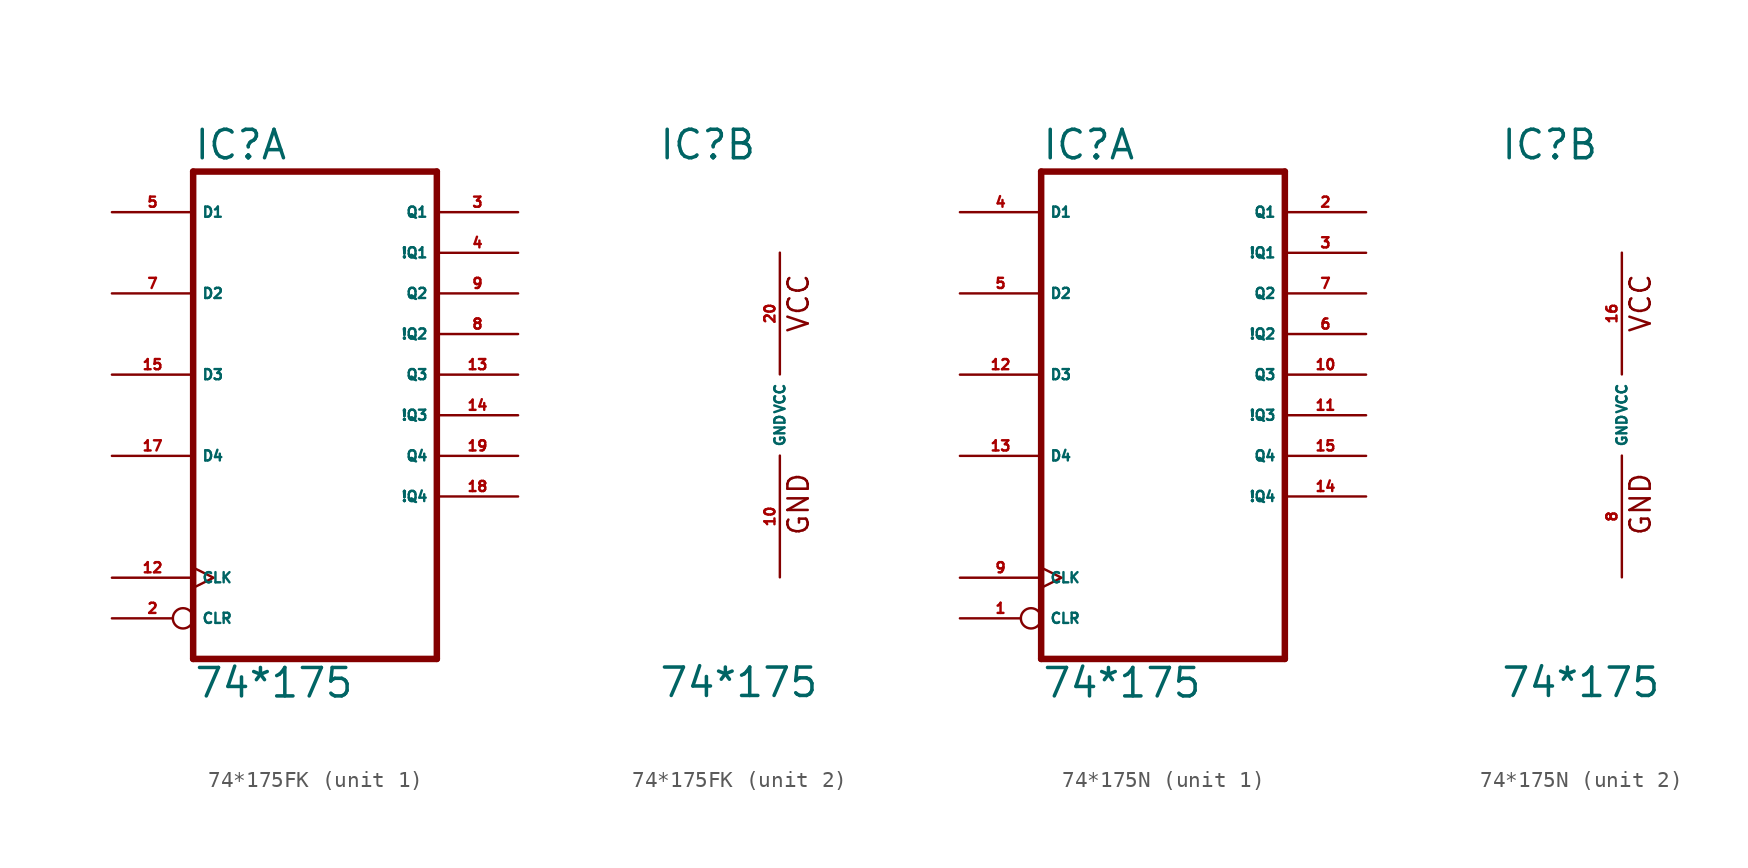
<source format=kicad_sym>
(kicad_symbol_lib
  (version 20220914)
  (generator Eagle2Kicad)
  (symbol "74*175FK"
    (property "Reference" "IC"
      (at -7.62 15.875 0)
      (effects (font (size 1.778 1.778) (thickness 0.22)) (justify left bottom)))
    (property "Value" "74*175"
      (at -7.62 -17.78 0)
      (effects (font (size 1.778 1.778) (thickness 0.22)) (justify left bottom)))
    (symbol "74*175FK_1_0"
      (polyline (pts (xy -7.62 -15.24) (xy 7.62 -15.24)) (stroke (width 0.406) (type default)) (fill (type none)))
      (polyline (pts (xy 7.62 -15.24) (xy 7.62 15.24)) (stroke (width 0.406) (type default)) (fill (type none)))
      (polyline (pts (xy 7.62 15.24) (xy -7.62 15.24)) (stroke (width 0.406) (type default)) (fill (type none)))
      (polyline (pts (xy -7.62 15.24) (xy -7.62 -15.24)) (stroke (width 0.406) (type default)) (fill (type none)))
      (pin input inverted (at -12.7 -12.7 0) (length 5.08) (name "CLR" (effects (font (size 0.635 0.635) (thickness 0.08)) (justify left bottom))) (number "2" (effects (font (size 0.635 0.635) (thickness 0.08)) (justify left bottom))))
      (pin output line (at 12.7 12.7 180) (length 5.08) (name "Q1" (effects (font (size 0.635 0.635) (thickness 0.08)) (justify left bottom))) (number "3" (effects (font (size 0.635 0.635) (thickness 0.08)) (justify left bottom))))
      (pin output line (at 12.7 10.16 180) (length 5.08) (name "!Q1" (effects (font (size 0.635 0.635) (thickness 0.08)) (justify left bottom))) (number "4" (effects (font (size 0.635 0.635) (thickness 0.08)) (justify left bottom))))
      (pin input line (at -12.7 12.7 0) (length 5.08) (name "D1" (effects (font (size 0.635 0.635) (thickness 0.08)) (justify left bottom))) (number "5" (effects (font (size 0.635 0.635) (thickness 0.08)) (justify left bottom))))
      (pin input line (at -12.7 7.62 0) (length 5.08) (name "D2" (effects (font (size 0.635 0.635) (thickness 0.08)) (justify left bottom))) (number "7" (effects (font (size 0.635 0.635) (thickness 0.08)) (justify left bottom))))
      (pin output line (at 12.7 5.08 180) (length 5.08) (name "!Q2" (effects (font (size 0.635 0.635) (thickness 0.08)) (justify left bottom))) (number "8" (effects (font (size 0.635 0.635) (thickness 0.08)) (justify left bottom))))
      (pin output line (at 12.7 7.62 180) (length 5.08) (name "Q2" (effects (font (size 0.635 0.635) (thickness 0.08)) (justify left bottom))) (number "9" (effects (font (size 0.635 0.635) (thickness 0.08)) (justify left bottom))))
      (pin input clock (at -12.7 -10.16 0) (length 5.08) (name "CLK" (effects (font (size 0.635 0.635) (thickness 0.08)) (justify left bottom))) (number "12" (effects (font (size 0.635 0.635) (thickness 0.08)) (justify left bottom))))
      (pin output line (at 12.7 2.54 180) (length 5.08) (name "Q3" (effects (font (size 0.635 0.635) (thickness 0.08)) (justify left bottom))) (number "13" (effects (font (size 0.635 0.635) (thickness 0.08)) (justify left bottom))))
      (pin output line (at 12.7 0 180) (length 5.08) (name "!Q3" (effects (font (size 0.635 0.635) (thickness 0.08)) (justify left bottom))) (number "14" (effects (font (size 0.635 0.635) (thickness 0.08)) (justify left bottom))))
      (pin input line (at -12.7 2.54 0) (length 5.08) (name "D3" (effects (font (size 0.635 0.635) (thickness 0.08)) (justify left bottom))) (number "15" (effects (font (size 0.635 0.635) (thickness 0.08)) (justify left bottom))))
      (pin input line (at -12.7 -2.54 0) (length 5.08) (name "D4" (effects (font (size 0.635 0.635) (thickness 0.08)) (justify left bottom))) (number "17" (effects (font (size 0.635 0.635) (thickness 0.08)) (justify left bottom))))
      (pin output line (at 12.7 -5.08 180) (length 5.08) (name "!Q4" (effects (font (size 0.635 0.635) (thickness 0.08)) (justify left bottom))) (number "18" (effects (font (size 0.635 0.635) (thickness 0.08)) (justify left bottom))))
      (pin output line (at 12.7 -2.54 180) (length 5.08) (name "Q4" (effects (font (size 0.635 0.635) (thickness 0.08)) (justify left bottom))) (number "19" (effects (font (size 0.635 0.635) (thickness 0.08)) (justify left bottom)))))
    (symbol "74*175FK_2_0"
      (text "GND" (at 1.905 -7.62 900) (effects (font (size 1.27 1.27) (thickness 0.16)) (justify left bottom)))
      (text "VCC" (at 1.905 5.08 900) (effects (font (size 1.27 1.27) (thickness 0.16)) (justify left bottom)))
      (pin unspecified line (at 0 -10.16 90) (length 7.62) (name "GND" (effects (font (size 0.635 0.635) (thickness 0.08)) (justify left bottom))) (number "10" (effects (font (size 0.635 0.635) (thickness 0.08)) (justify left bottom))))
      (pin unspecified line (at 0 10.16 270) (length 7.62) (name "VCC" (effects (font (size 0.635 0.635) (thickness 0.08)) (justify left bottom))) (number "20" (effects (font (size 0.635 0.635) (thickness 0.08)) (justify left bottom))))))
  (symbol "74*175N"
    (property "Reference" "IC"
      (at -7.62 15.875 0)
      (effects (font (size 1.778 1.778) (thickness 0.22)) (justify left bottom)))
    (property "Value" "74*175"
      (at -7.62 -17.78 0)
      (effects (font (size 1.778 1.778) (thickness 0.22)) (justify left bottom)))
    (symbol "74*175N_1_0"
      (polyline (pts (xy -7.62 -15.24) (xy 7.62 -15.24)) (stroke (width 0.406) (type default)) (fill (type none)))
      (polyline (pts (xy 7.62 -15.24) (xy 7.62 15.24)) (stroke (width 0.406) (type default)) (fill (type none)))
      (polyline (pts (xy 7.62 15.24) (xy -7.62 15.24)) (stroke (width 0.406) (type default)) (fill (type none)))
      (polyline (pts (xy -7.62 15.24) (xy -7.62 -15.24)) (stroke (width 0.406) (type default)) (fill (type none)))
      (pin input inverted (at -12.7 -12.7 0) (length 5.08) (name "CLR" (effects (font (size 0.635 0.635) (thickness 0.08)) (justify left bottom))) (number "1" (effects (font (size 0.635 0.635) (thickness 0.08)) (justify left bottom))))
      (pin output line (at 12.7 12.7 180) (length 5.08) (name "Q1" (effects (font (size 0.635 0.635) (thickness 0.08)) (justify left bottom))) (number "2" (effects (font (size 0.635 0.635) (thickness 0.08)) (justify left bottom))))
      (pin output line (at 12.7 10.16 180) (length 5.08) (name "!Q1" (effects (font (size 0.635 0.635) (thickness 0.08)) (justify left bottom))) (number "3" (effects (font (size 0.635 0.635) (thickness 0.08)) (justify left bottom))))
      (pin input line (at -12.7 12.7 0) (length 5.08) (name "D1" (effects (font (size 0.635 0.635) (thickness 0.08)) (justify left bottom))) (number "4" (effects (font (size 0.635 0.635) (thickness 0.08)) (justify left bottom))))
      (pin input line (at -12.7 7.62 0) (length 5.08) (name "D2" (effects (font (size 0.635 0.635) (thickness 0.08)) (justify left bottom))) (number "5" (effects (font (size 0.635 0.635) (thickness 0.08)) (justify left bottom))))
      (pin output line (at 12.7 5.08 180) (length 5.08) (name "!Q2" (effects (font (size 0.635 0.635) (thickness 0.08)) (justify left bottom))) (number "6" (effects (font (size 0.635 0.635) (thickness 0.08)) (justify left bottom))))
      (pin output line (at 12.7 7.62 180) (length 5.08) (name "Q2" (effects (font (size 0.635 0.635) (thickness 0.08)) (justify left bottom))) (number "7" (effects (font (size 0.635 0.635) (thickness 0.08)) (justify left bottom))))
      (pin input clock (at -12.7 -10.16 0) (length 5.08) (name "CLK" (effects (font (size 0.635 0.635) (thickness 0.08)) (justify left bottom))) (number "9" (effects (font (size 0.635 0.635) (thickness 0.08)) (justify left bottom))))
      (pin output line (at 12.7 2.54 180) (length 5.08) (name "Q3" (effects (font (size 0.635 0.635) (thickness 0.08)) (justify left bottom))) (number "10" (effects (font (size 0.635 0.635) (thickness 0.08)) (justify left bottom))))
      (pin output line (at 12.7 0 180) (length 5.08) (name "!Q3" (effects (font (size 0.635 0.635) (thickness 0.08)) (justify left bottom))) (number "11" (effects (font (size 0.635 0.635) (thickness 0.08)) (justify left bottom))))
      (pin input line (at -12.7 2.54 0) (length 5.08) (name "D3" (effects (font (size 0.635 0.635) (thickness 0.08)) (justify left bottom))) (number "12" (effects (font (size 0.635 0.635) (thickness 0.08)) (justify left bottom))))
      (pin input line (at -12.7 -2.54 0) (length 5.08) (name "D4" (effects (font (size 0.635 0.635) (thickness 0.08)) (justify left bottom))) (number "13" (effects (font (size 0.635 0.635) (thickness 0.08)) (justify left bottom))))
      (pin output line (at 12.7 -5.08 180) (length 5.08) (name "!Q4" (effects (font (size 0.635 0.635) (thickness 0.08)) (justify left bottom))) (number "14" (effects (font (size 0.635 0.635) (thickness 0.08)) (justify left bottom))))
      (pin output line (at 12.7 -2.54 180) (length 5.08) (name "Q4" (effects (font (size 0.635 0.635) (thickness 0.08)) (justify left bottom))) (number "15" (effects (font (size 0.635 0.635) (thickness 0.08)) (justify left bottom)))))
    (symbol "74*175N_2_0"
      (text "GND" (at 1.905 -7.62 900) (effects (font (size 1.27 1.27) (thickness 0.16)) (justify left bottom)))
      (text "VCC" (at 1.905 5.08 900) (effects (font (size 1.27 1.27) (thickness 0.16)) (justify left bottom)))
      (pin unspecified line (at 0 -10.16 90) (length 7.62) (name "GND" (effects (font (size 0.635 0.635) (thickness 0.08)) (justify left bottom))) (number "8" (effects (font (size 0.635 0.635) (thickness 0.08)) (justify left bottom))))
      (pin unspecified line (at 0 10.16 270) (length 7.62) (name "VCC" (effects (font (size 0.635 0.635) (thickness 0.08)) (justify left bottom))) (number "16" (effects (font (size 0.635 0.635) (thickness 0.08)) (justify left bottom)))))))
</source>
